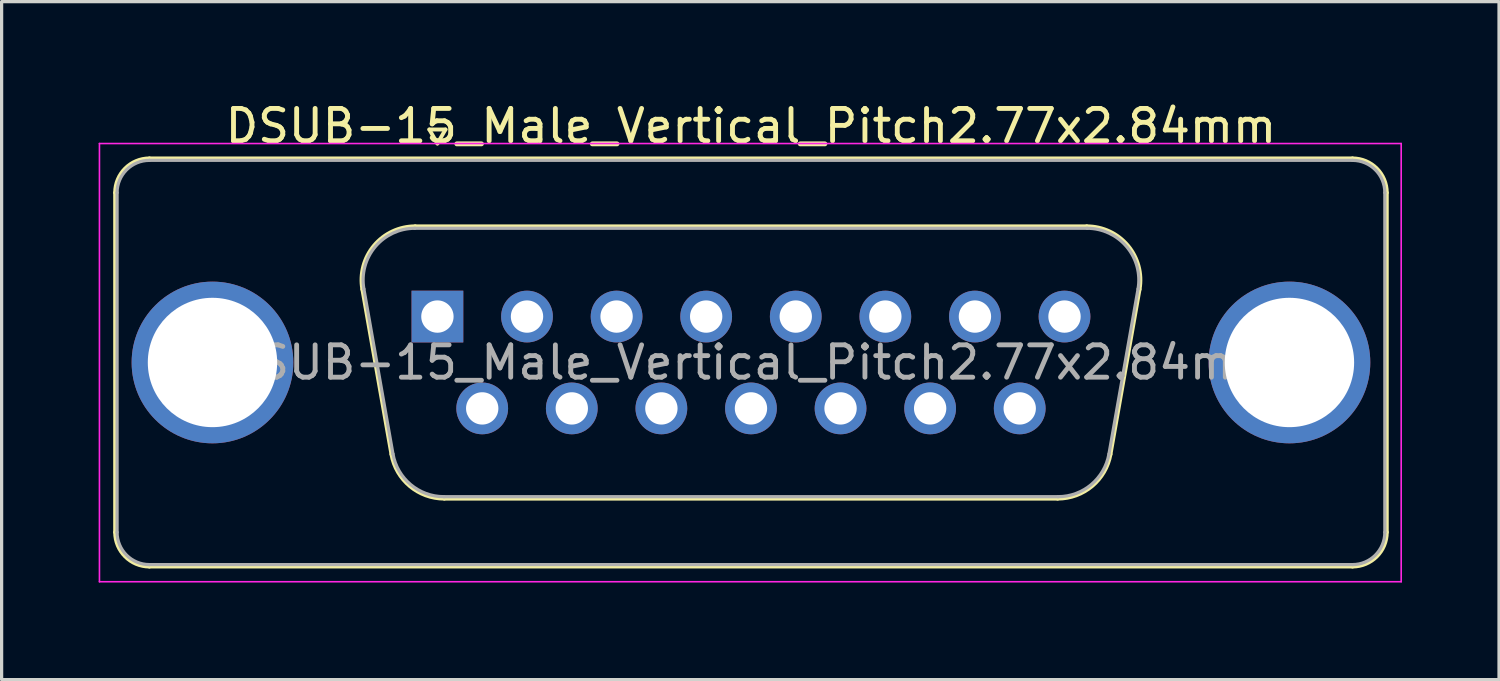
<source format=kicad_pcb>
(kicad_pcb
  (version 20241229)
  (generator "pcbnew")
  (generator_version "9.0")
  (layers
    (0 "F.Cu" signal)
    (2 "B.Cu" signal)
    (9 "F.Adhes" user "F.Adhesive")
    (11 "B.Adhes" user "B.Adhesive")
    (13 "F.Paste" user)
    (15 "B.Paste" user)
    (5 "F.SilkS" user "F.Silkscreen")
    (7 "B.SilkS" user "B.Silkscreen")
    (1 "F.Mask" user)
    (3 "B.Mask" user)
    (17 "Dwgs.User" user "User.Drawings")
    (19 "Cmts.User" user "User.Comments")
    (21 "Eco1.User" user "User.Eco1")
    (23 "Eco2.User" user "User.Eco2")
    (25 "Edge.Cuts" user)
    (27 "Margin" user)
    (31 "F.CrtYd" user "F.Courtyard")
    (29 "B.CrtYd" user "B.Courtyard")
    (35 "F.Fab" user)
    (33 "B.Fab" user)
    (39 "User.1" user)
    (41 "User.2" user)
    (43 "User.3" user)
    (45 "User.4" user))
  (footprint "DSUB-15_Male_Vertical_Pitch2.77x2.84mm"
    (layer "F.Cu")
    (at 10.475 6.738)
    (property "Reference" "DSUB-15_Male_Vertical_Pitch2.77x2.84mm" (at 9.695 -5.89 0) (layer "F.SilkS") (effects (font (size 1 1) (thickness 0.15))))
    (attr through_hole)
    (fp_line (start -9.965 6.67) (end -9.965 -3.83) (stroke (width 0.12) (type solid)) (layer "F.SilkS"))
    (fp_line (start -8.905 -4.89) (end 28.295 -4.89) (stroke (width 0.12) (type solid)) (layer "F.SilkS"))
    (fp_line (start -2.321 -0.842) (end -1.422 4.258) (stroke (width 0.12) (type solid)) (layer "F.SilkS"))
    (fp_line (start -0.687 -2.79) (end 20.077 -2.79) (stroke (width 0.12) (type solid)) (layer "F.SilkS"))
    (fp_line (start -0.25 -5.784) (end 0.25 -5.784) (stroke (width 0.12) (type solid)) (layer "F.SilkS"))
    (fp_line (start 0 -5.351) (end -0.25 -5.784) (stroke (width 0.12) (type solid)) (layer "F.SilkS"))
    (fp_line (start 0.213 5.63) (end 19.177 5.63) (stroke (width 0.12) (type solid)) (layer "F.SilkS"))
    (fp_line (start 0.25 -5.784) (end 0 -5.351) (stroke (width 0.12) (type solid)) (layer "F.SilkS"))
    (fp_line (start 21.711 -0.842) (end 20.812 4.258) (stroke (width 0.12) (type solid)) (layer "F.SilkS"))
    (fp_line (start 28.295 7.73) (end -8.905 7.73) (stroke (width 0.12) (type solid)) (layer "F.SilkS"))
    (fp_line (start 29.355 -3.83) (end 29.355 6.67) (stroke (width 0.12) (type solid)) (layer "F.SilkS"))
    (fp_arc (start -9.965 -3.83) (mid -9.654533 -4.579533) (end -8.905 -4.89) (stroke (width 0.12) (type solid)) (layer "F.SilkS"))
    (fp_arc (start -8.905 7.73) (mid -9.654533 7.419533) (end -9.965 6.67) (stroke (width 0.12) (type solid)) (layer "F.SilkS"))
    (fp_arc (start -2.32147 -0.841744) (mid -1.958323 -2.197028) (end -0.686689 -2.79) (stroke (width 0.12) (type solid)) (layer "F.SilkS"))
    (fp_arc (start 0.212579 5.63) (mid -0.854448 5.241634) (end -1.422202 4.258256) (stroke (width 0.12) (type solid)) (layer "F.SilkS"))
    (fp_arc (start 20.076689 -2.79) (mid 21.348323 -2.197027) (end 21.71147 -0.841744) (stroke (width 0.12) (type solid)) (layer "F.SilkS"))
    (fp_arc (start 20.812202 4.258256) (mid 20.244449 5.241634) (end 19.177421 5.63) (stroke (width 0.12) (type solid)) (layer "F.SilkS"))
    (fp_arc (start 28.295 -4.89) (mid 29.044533 -4.579533) (end 29.355 -3.83) (stroke (width 0.12) (type solid)) (layer "F.SilkS"))
    (fp_arc (start 29.355 6.67) (mid 29.044533 7.419533) (end 28.295 7.73) (stroke (width 0.12) (type solid)) (layer "F.SilkS"))
    (fp_line (start -10.45 -5.35) (end -10.45 8.2) (stroke (width 0.05) (type solid)) (layer "F.CrtYd"))
    (fp_line (start -10.45 8.2) (end 29.8 8.2) (stroke (width 0.05) (type solid)) (layer "F.CrtYd"))
    (fp_line (start 29.8 -5.35) (end -10.45 -5.35) (stroke (width 0.05) (type solid)) (layer "F.CrtYd"))
    (fp_line (start 29.8 8.2) (end 29.8 -5.35) (stroke (width 0.05) (type solid)) (layer "F.CrtYd"))
    (fp_line (start -9.905 6.67) (end -9.905 -3.83) (stroke (width 0.1) (type solid)) (layer "F.Fab"))
    (fp_line (start -8.905 -4.83) (end 28.295 -4.83) (stroke (width 0.1) (type solid)) (layer "F.Fab"))
    (fp_line (start -2.274 -0.852) (end -1.375 4.248) (stroke (width 0.1) (type solid)) (layer "F.Fab"))
    (fp_line (start -0.698 -2.73) (end 20.088 -2.73) (stroke (width 0.1) (type solid)) (layer "F.Fab"))
    (fp_line (start 0.201 5.57) (end 19.189 5.57) (stroke (width 0.1) (type solid)) (layer "F.Fab"))
    (fp_line (start 21.664 -0.852) (end 20.765 4.248) (stroke (width 0.1) (type solid)) (layer "F.Fab"))
    (fp_line (start 28.295 7.67) (end -8.905 7.67) (stroke (width 0.1) (type solid)) (layer "F.Fab"))
    (fp_line (start 29.295 -3.83) (end 29.295 6.67) (stroke (width 0.1) (type solid)) (layer "F.Fab"))
    (fp_arc (start -9.905 -3.83) (mid -9.612107 -4.537107) (end -8.905 -4.83) (stroke (width 0.1) (type solid)) (layer "F.Fab"))
    (fp_arc (start -8.905 7.67) (mid -9.612107 7.377107) (end -9.905 6.67) (stroke (width 0.1) (type solid)) (layer "F.Fab"))
    (fp_arc (start -2.273886 -0.852163) (mid -1.923865 -2.15846) (end -0.698194 -2.73) (stroke (width 0.1) (type solid)) (layer "F.Fab"))
    (fp_arc (start 0.201073 5.57) (mid -0.827387 5.195671) (end -1.374619 4.247837) (stroke (width 0.1) (type solid)) (layer "F.Fab"))
    (fp_arc (start 20.088194 -2.73) (mid 21.313865 -2.15846) (end 21.663886 -0.852163) (stroke (width 0.1) (type solid)) (layer "F.Fab"))
    (fp_arc (start 20.764619 4.247837) (mid 20.217387 5.195671) (end 19.188927 5.57) (stroke (width 0.1) (type solid)) (layer "F.Fab"))
    (fp_arc (start 28.295 -4.83) (mid 29.002107 -4.537107) (end 29.295 -3.83) (stroke (width 0.1) (type solid)) (layer "F.Fab"))
    (fp_arc (start 29.295 6.67) (mid 29.002107 7.377107) (end 28.295 7.67) (stroke (width 0.1) (type solid)) (layer "F.Fab"))
    (fp_text user "${REFERENCE}" (at 9.695 1.42 0) (layer "F.Fab") (effects (font (size 1 1) (thickness 0.15))))
    (pad "" np_thru_hole circle (at -6.955 1.42) (size 5 5) (drill 4) (layers "*.Cu" "*.Mask"))
    (pad "" np_thru_hole circle (at 26.345 1.42) (size 5 5) (drill 4) (layers "*.Cu" "*.Mask"))
    (pad "1" thru_hole rect (at 0 0) (size 1.6 1.6) (drill 1) (layers "*.Cu" "*.Mask"))
    (pad "2" thru_hole circle (at 2.77 0) (size 1.6 1.6) (drill 1) (layers "*.Cu" "*.Mask"))
    (pad "3" thru_hole circle (at 5.54 0) (size 1.6 1.6) (drill 1) (layers "*.Cu" "*.Mask"))
    (pad "4" thru_hole circle (at 8.31 0) (size 1.6 1.6) (drill 1) (layers "*.Cu" "*.Mask"))
    (pad "5" thru_hole circle (at 11.08 0) (size 1.6 1.6) (drill 1) (layers "*.Cu" "*.Mask"))
    (pad "6" thru_hole circle (at 13.85 0) (size 1.6 1.6) (drill 1) (layers "*.Cu" "*.Mask"))
    (pad "7" thru_hole circle (at 16.62 0) (size 1.6 1.6) (drill 1) (layers "*.Cu" "*.Mask"))
    (pad "8" thru_hole circle (at 19.39 0) (size 1.6 1.6) (drill 1) (layers "*.Cu" "*.Mask"))
    (pad "9" thru_hole circle (at 1.385 2.84) (size 1.6 1.6) (drill 1) (layers "*.Cu" "*.Mask"))
    (pad "10" thru_hole circle (at 4.155 2.84) (size 1.6 1.6) (drill 1) (layers "*.Cu" "*.Mask"))
    (pad "11" thru_hole circle (at 6.925 2.84) (size 1.6 1.6) (drill 1) (layers "*.Cu" "*.Mask"))
    (pad "12" thru_hole circle (at 9.695 2.84) (size 1.6 1.6) (drill 1) (layers "*.Cu" "*.Mask"))
    (pad "13" thru_hole circle (at 12.465 2.84) (size 1.6 1.6) (drill 1) (layers "*.Cu" "*.Mask"))
    (pad "14" thru_hole circle (at 15.235 2.84) (size 1.6 1.6) (drill 1) (layers "*.Cu" "*.Mask"))
    (pad "15" thru_hole circle (at 18.005 2.84) (size 1.6 1.6) (drill 1) (layers "*.Cu" "*.Mask")))
  (gr_rect
    (start -3 -3)
    (end 43.3 17.963)
    (stroke (width 0.1) (type default))
    (fill no)
    (layer "Edge.Cuts")))
</source>
